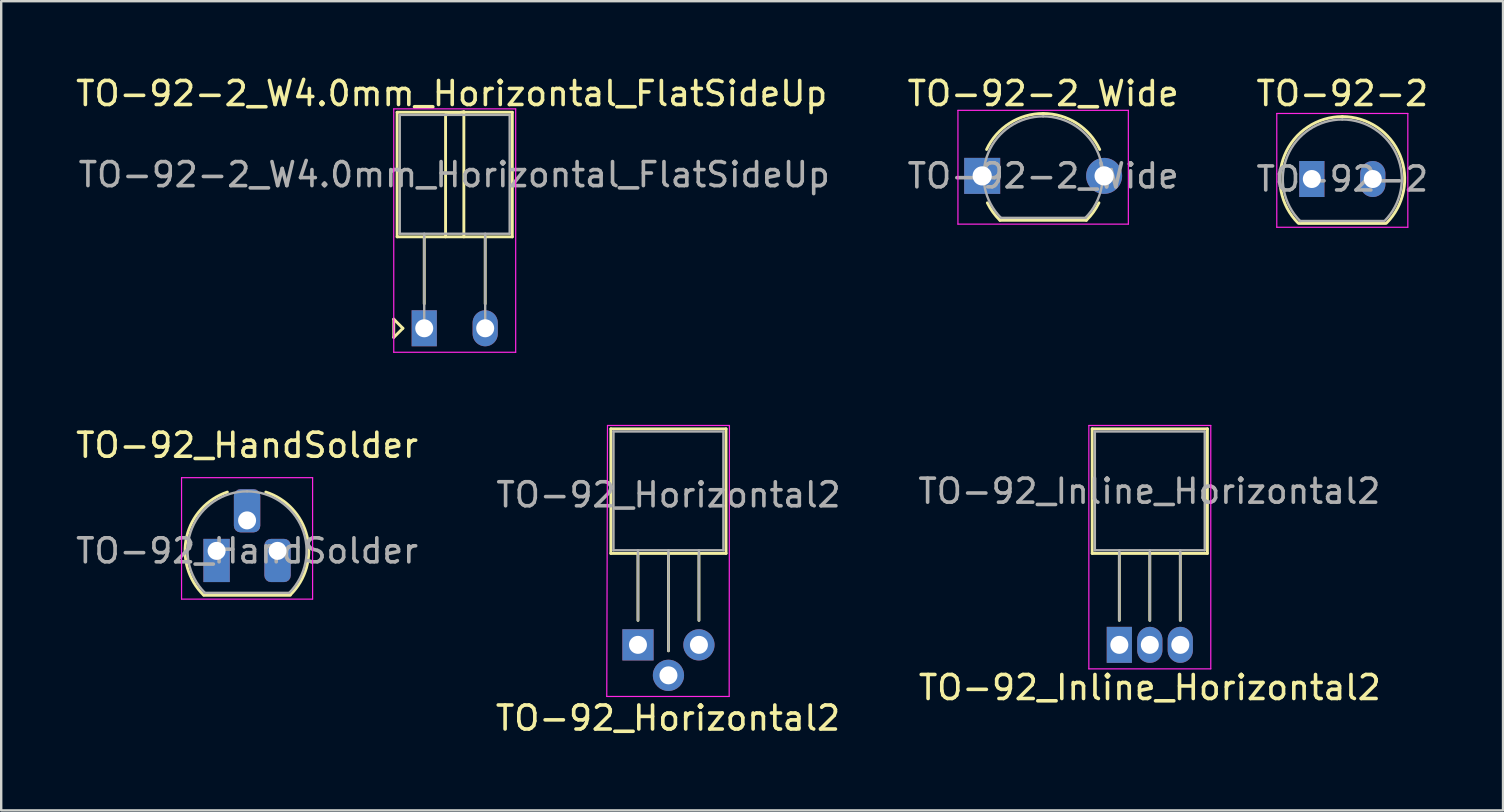
<source format=kicad_pcb>
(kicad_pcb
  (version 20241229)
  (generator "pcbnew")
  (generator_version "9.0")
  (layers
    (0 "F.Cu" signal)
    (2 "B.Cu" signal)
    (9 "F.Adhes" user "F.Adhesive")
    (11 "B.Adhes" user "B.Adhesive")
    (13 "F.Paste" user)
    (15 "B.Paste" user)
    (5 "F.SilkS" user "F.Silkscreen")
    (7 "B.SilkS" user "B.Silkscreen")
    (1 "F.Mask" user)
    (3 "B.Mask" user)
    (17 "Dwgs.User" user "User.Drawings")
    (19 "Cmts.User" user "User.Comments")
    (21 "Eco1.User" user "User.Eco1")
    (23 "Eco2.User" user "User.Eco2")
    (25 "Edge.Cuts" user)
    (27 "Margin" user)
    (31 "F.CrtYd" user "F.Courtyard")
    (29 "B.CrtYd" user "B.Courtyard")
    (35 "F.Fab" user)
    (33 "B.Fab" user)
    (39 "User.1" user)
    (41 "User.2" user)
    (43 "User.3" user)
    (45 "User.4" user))
  (footprint "TO-92_Inline_Horizontal2"
    (layer "F.Cu")
    (at 43.585 23.817)
    (property "Reference" "TO-92_Inline_Horizontal2" (at 1.27 1.78 0) (layer "F.SilkS") (effects (font (size 1 1) (thickness 0.15))))
    (attr through_hole)
    (fp_line (start -1.13 -9) (end -1.13 -3.81) (stroke (width 0.12) (type solid)) (layer "F.SilkS"))
    (fp_line (start -1.13 -3.81) (end 3.67 -3.81) (stroke (width 0.12) (type solid)) (layer "F.SilkS"))
    (fp_line (start 0 -1.02) (end 0 -3.81) (stroke (width 0.12) (type solid)) (layer "F.SilkS"))
    (fp_line (start 1.27 -1.02) (end 1.27 -3.81) (stroke (width 0.12) (type solid)) (layer "F.SilkS"))
    (fp_line (start 2.54 -1.02) (end 2.54 -3.81) (stroke (width 0.12) (type solid)) (layer "F.SilkS"))
    (fp_line (start 3.67 -9) (end -1.13 -9) (stroke (width 0.12) (type solid)) (layer "F.SilkS"))
    (fp_line (start 3.67 -3.81) (end 3.67 -9) (stroke (width 0.12) (type solid)) (layer "F.SilkS"))
    (fp_line (start -1.27 -9.14) (end -1.27 1) (stroke (width 0.05) (type solid)) (layer "F.CrtYd"))
    (fp_line (start -1.27 -9.14) (end 3.81 -9.14) (stroke (width 0.05) (type solid)) (layer "F.CrtYd"))
    (fp_line (start 3.81 1) (end -1.27 1) (stroke (width 0.05) (type solid)) (layer "F.CrtYd"))
    (fp_line (start 3.81 1) (end 3.81 -9.14) (stroke (width 0.05) (type solid)) (layer "F.CrtYd"))
    (fp_line (start -1.02 -8.89) (end -1.02 -3.94) (stroke (width 0.1) (type solid)) (layer "F.Fab"))
    (fp_line (start -1.02 -3.94) (end 3.56 -3.94) (stroke (width 0.1) (type solid)) (layer "F.Fab"))
    (fp_line (start 0 -3.94) (end 0 -1.02) (stroke (width 0.1) (type solid)) (layer "F.Fab"))
    (fp_line (start 1.27 -3.94) (end 1.27 -1.02) (stroke (width 0.1) (type solid)) (layer "F.Fab"))
    (fp_line (start 2.54 -3.94) (end 2.54 -1.02) (stroke (width 0.1) (type solid)) (layer "F.Fab"))
    (fp_line (start 3.56 -8.89) (end -1.02 -8.89) (stroke (width 0.1) (type solid)) (layer "F.Fab"))
    (fp_line (start 3.56 -3.94) (end 3.56 -8.89) (stroke (width 0.1) (type solid)) (layer "F.Fab"))
    (fp_text user "${REFERENCE}" (at 1.25 -6.4 0) (layer "F.Fab") (effects (font (size 1 1) (thickness 0.15))))
    (pad "1" thru_hole rect (at 0 0) (size 1.05 1.5) (drill 0.75) (layers "*.Cu" "*.Mask"))
    (pad "2" thru_hole oval (at 1.27 0) (size 1.05 1.5) (drill 0.75) (layers "*.Cu" "*.Mask"))
    (pad "3" thru_hole oval (at 2.54 0) (size 1.05 1.5) (drill 0.75) (layers "*.Cu" "*.Mask")))
  (footprint "TO-92_HandSolder"
    (layer "F.Cu")
    (at 5.974 19.901)
    (property "Reference" "TO-92_HandSolder" (at 1.27 -4.4 0) (layer "F.SilkS") (effects (font (size 1 1) (thickness 0.15))))
    (attr through_hole)
    (fp_line (start -0.53 1.85) (end 3.07 1.85) (stroke (width 0.12) (type solid)) (layer "F.SilkS"))
    (fp_arc (start -0.541875 1.841741) (mid -1.247231 -0.581764) (end 0.45 -2.45) (stroke (width 0.12) (type solid)) (layer "F.SilkS"))
    (fp_arc (start 2.05 -2.45) (mid 3.769931 -0.601036) (end 3.078445 1.827684) (stroke (width 0.12) (type solid)) (layer "F.SilkS"))
    (fp_line (start -1.46 -3.05) (end -1.46 2.01) (stroke (width 0.05) (type solid)) (layer "F.CrtYd"))
    (fp_line (start -1.46 -3.05) (end 4 -3.05) (stroke (width 0.05) (type solid)) (layer "F.CrtYd"))
    (fp_line (start 4 2.01) (end -1.46 2.01) (stroke (width 0.05) (type solid)) (layer "F.CrtYd"))
    (fp_line (start 4 2.01) (end 4 -3.05) (stroke (width 0.05) (type solid)) (layer "F.CrtYd"))
    (fp_line (start -0.5 1.75) (end 3 1.75) (stroke (width 0.1) (type solid)) (layer "F.Fab"))
    (fp_arc (start -0.483625 1.753625) (mid -1.021221 -0.949055) (end 1.27 -2.48) (stroke (width 0.1) (type solid)) (layer "F.Fab"))
    (fp_arc (start 1.27 -2.48) (mid 3.561221 -0.949055) (end 3.023625 1.753625) (stroke (width 0.1) (type solid)) (layer "F.Fab"))
    (fp_text user "${REFERENCE}" (at 1.27 0 0) (layer "F.Fab") (effects (font (size 1 1) (thickness 0.15))))
    (pad "1" thru_hole rect (at 0 0) (size 1.1 1.8) (drill 0.75 (offset 0 0.4)) (layers "*.Cu" "*.Mask"))
    (pad "2" thru_hole roundrect (at 1.27 -1.27) (size 1.1 1.8) (drill 0.75 (offset 0 -0.4)) (layers "*.Cu" "*.Mask") (roundrect_rratio 0.25))
    (pad "3" thru_hole roundrect (at 2.54 0) (size 1.1 1.8) (drill 0.75 (offset 0 0.4)) (layers "*.Cu" "*.Mask") (roundrect_rratio 0.25)))
  (footprint "TO-92_Horizontal2"
    (layer "F.Cu")
    (at 23.53 23.817)
    (property "Reference" "TO-92_Horizontal2" (at 1.25 3.05 0) (layer "F.SilkS") (effects (font (size 1 1) (thickness 0.15))))
    (attr through_hole)
    (fp_line (start -1.13 -9) (end -1.13 -3.81) (stroke (width 0.12) (type solid)) (layer "F.SilkS"))
    (fp_line (start -1.13 -3.81) (end 3.67 -3.81) (stroke (width 0.12) (type solid)) (layer "F.SilkS"))
    (fp_line (start 0 -1.02) (end 0 -3.81) (stroke (width 0.12) (type solid)) (layer "F.SilkS"))
    (fp_line (start 1.27 0.25) (end 1.27 -3.81) (stroke (width 0.12) (type solid)) (layer "F.SilkS"))
    (fp_line (start 2.54 -1.02) (end 2.54 -3.81) (stroke (width 0.12) (type solid)) (layer "F.SilkS"))
    (fp_line (start 3.67 -9) (end -1.13 -9) (stroke (width 0.12) (type solid)) (layer "F.SilkS"))
    (fp_line (start 3.67 -3.81) (end 3.67 -9) (stroke (width 0.12) (type solid)) (layer "F.SilkS"))
    (fp_line (start -1.27 -9.14) (end -1.3 2.15) (stroke (width 0.05) (type solid)) (layer "F.CrtYd"))
    (fp_line (start -1.27 -9.14) (end 3.81 -9.14) (stroke (width 0.05) (type solid)) (layer "F.CrtYd"))
    (fp_line (start 3.8 2.15) (end -1.3 2.15) (stroke (width 0.05) (type solid)) (layer "F.CrtYd"))
    (fp_line (start 3.8 2.15) (end 3.81 -9.14) (stroke (width 0.05) (type solid)) (layer "F.CrtYd"))
    (fp_line (start -1.02 -8.89) (end -1.02 -3.94) (stroke (width 0.1) (type solid)) (layer "F.Fab"))
    (fp_line (start -1.02 -3.94) (end 3.56 -3.94) (stroke (width 0.1) (type solid)) (layer "F.Fab"))
    (fp_line (start 0 -3.94) (end 0 -1.02) (stroke (width 0.1) (type solid)) (layer "F.Fab"))
    (fp_line (start 1.27 -3.94) (end 1.27 0.25) (stroke (width 0.1) (type solid)) (layer "F.Fab"))
    (fp_line (start 2.54 -3.94) (end 2.54 -1.02) (stroke (width 0.1) (type solid)) (layer "F.Fab"))
    (fp_line (start 3.56 -8.89) (end -1.02 -8.89) (stroke (width 0.1) (type solid)) (layer "F.Fab"))
    (fp_line (start 3.56 -3.94) (end 3.56 -8.89) (stroke (width 0.1) (type solid)) (layer "F.Fab"))
    (fp_text user "${REFERENCE}" (at 1.27 -6.25 0) (layer "F.Fab") (effects (font (size 1 1) (thickness 0.15))))
    (pad "1" thru_hole rect (at 0 0 270) (size 1.3 1.3) (drill 0.75) (layers "*.Cu" "*.Mask"))
    (pad "2" thru_hole circle (at 1.27 1.27 270) (size 1.3 1.3) (drill 0.75) (layers "*.Cu" "*.Mask"))
    (pad "3" thru_hole circle (at 2.54 0 270) (size 1.3 1.3) (drill 0.75) (layers "*.Cu" "*.Mask")))
  (footprint "TO-92-2_Wide"
    (layer "F.Cu")
    (at 37.871 4.278)
    (property "Reference" "TO-92-2_Wide" (at 2.54 -3.43 0) (layer "F.SilkS") (effects (font (size 1 1) (thickness 0.15))))
    (attr through_hole)
    (fp_line (start 0.74 1.85) (end 4.34 1.85) (stroke (width 0.12) (type solid)) (layer "F.SilkS"))
    (fp_arc (start 0.1836 -1.098807) (mid 1.143021 -2.192817) (end 2.54 -2.6) (stroke (width 0.12) (type solid)) (layer "F.SilkS"))
    (fp_arc (start 0.74 1.85) (mid 0.446097 1.509328) (end 0.215816 1.122795) (stroke (width 0.12) (type solid)) (layer "F.SilkS"))
    (fp_arc (start 2.54 -2.6) (mid 3.936979 -2.192818) (end 4.8964 -1.098807) (stroke (width 0.12) (type solid)) (layer "F.SilkS"))
    (fp_arc (start 4.864184 1.122795) (mid 4.633903 1.509328) (end 4.34 1.85) (stroke (width 0.12) (type solid)) (layer "F.SilkS"))
    (fp_line (start -1.01 -2.73) (end -1.01 2.01) (stroke (width 0.05) (type solid)) (layer "F.CrtYd"))
    (fp_line (start -1.01 -2.73) (end 6.09 -2.73) (stroke (width 0.05) (type solid)) (layer "F.CrtYd"))
    (fp_line (start 6.09 2.01) (end -1.01 2.01) (stroke (width 0.05) (type solid)) (layer "F.CrtYd"))
    (fp_line (start 6.09 2.01) (end 6.09 -2.73) (stroke (width 0.05) (type solid)) (layer "F.CrtYd"))
    (fp_line (start 0.8 1.75) (end 4.3 1.75) (stroke (width 0.1) (type solid)) (layer "F.Fab"))
    (fp_arc (start 0.786375 1.753625) (mid 0.248779 -0.949055) (end 2.54 -2.48) (stroke (width 0.1) (type solid)) (layer "F.Fab"))
    (fp_arc (start 2.54 -2.48) (mid 4.831221 -0.949055) (end 4.293625 1.753625) (stroke (width 0.1) (type solid)) (layer "F.Fab"))
    (fp_text user "${REFERENCE}" (at 2.54 0 0) (layer "F.Fab") (effects (font (size 1 1) (thickness 0.15))))
    (pad "1" thru_hole rect (at 0 0) (size 1.5 1.5) (drill 0.8) (layers "*.Cu" "*.Mask"))
    (pad "2" thru_hole circle (at 5.08 0) (size 1.5 1.5) (drill 0.8) (layers "*.Cu" "*.Mask")))
  (footprint "TO-92-2"
    (layer "F.Cu")
    (at 51.605 4.408)
    (property "Reference" "TO-92-2" (at 1.27 -3.56 0) (layer "F.SilkS") (effects (font (size 1 1) (thickness 0.15))))
    (attr through_hole)
    (fp_line (start -0.53 1.85) (end 3.07 1.85) (stroke (width 0.12) (type solid)) (layer "F.SilkS"))
    (fp_arc (start -0.568478 1.838478) (mid -1.132087 -0.994977) (end 1.27 -2.6) (stroke (width 0.12) (type solid)) (layer "F.SilkS"))
    (fp_arc (start 1.27 -2.6) (mid 3.672087 -0.994977) (end 3.108478 1.838478) (stroke (width 0.12) (type solid)) (layer "F.SilkS"))
    (fp_line (start -1.46 -2.73) (end -1.46 2.01) (stroke (width 0.05) (type solid)) (layer "F.CrtYd"))
    (fp_line (start -1.46 -2.73) (end 4 -2.73) (stroke (width 0.05) (type solid)) (layer "F.CrtYd"))
    (fp_line (start 4 2.01) (end -1.46 2.01) (stroke (width 0.05) (type solid)) (layer "F.CrtYd"))
    (fp_line (start 4 2.01) (end 4 -2.73) (stroke (width 0.05) (type solid)) (layer "F.CrtYd"))
    (fp_line (start -0.5 1.75) (end 3 1.75) (stroke (width 0.1) (type solid)) (layer "F.Fab"))
    (fp_arc (start -0.483625 1.753625) (mid -1.021221 -0.949055) (end 1.27 -2.48) (stroke (width 0.1) (type solid)) (layer "F.Fab"))
    (fp_arc (start 1.27 -2.48) (mid 3.561221 -0.949055) (end 3.023625 1.753625) (stroke (width 0.1) (type solid)) (layer "F.Fab"))
    (fp_text user "${REFERENCE}" (at 1.27 0 0) (layer "F.Fab") (effects (font (size 1 1) (thickness 0.15))))
    (pad "1" thru_hole rect (at 0 0) (size 1.05 1.5) (drill 0.75) (layers "*.Cu" "*.Mask"))
    (pad "2" thru_hole oval (at 2.54 0) (size 1.05 1.5) (drill 0.75) (layers "*.Cu" "*.Mask")))
  (footprint "TO-92-2_W4.0mm_Horizontal_FlatSideUp"
    (layer "F.Cu")
    (at 14.625 10.627)
    (property "Reference" "TO-92-2_W4.0mm_Horizontal_FlatSideUp" (at 1.143 -9.779 0) (layer "F.SilkS") (effects (font (size 1 1) (thickness 0.15))))
    (attr through_hole)
    (fp_line (start -1.27 -0.381) (end -1.27 0.381) (stroke (width 0.12) (type solid)) (layer "F.SilkS"))
    (fp_line (start -1.27 0.381) (end -0.889 0) (stroke (width 0.12) (type solid)) (layer "F.SilkS"))
    (fp_line (start -1.13 -9) (end -1.13 -3.81) (stroke (width 0.12) (type solid)) (layer "F.SilkS"))
    (fp_line (start -1.13 -3.81) (end 3.67 -3.81) (stroke (width 0.12) (type solid)) (layer "F.SilkS"))
    (fp_line (start -0.889 0) (end -1.27 -0.381) (stroke (width 0.12) (type solid)) (layer "F.SilkS"))
    (fp_line (start 0 -1.02) (end 0 -3.81) (stroke (width 0.12) (type solid)) (layer "F.SilkS"))
    (fp_line (start 0.889 -8.89) (end 1.651 -9.017) (stroke (width 0.12) (type solid)) (layer "F.SilkS"))
    (fp_line (start 0.889 -3.81) (end 0.889 -8.89) (stroke (width 0.12) (type solid)) (layer "F.SilkS"))
    (fp_line (start 1.651 -9.017) (end 1.651 -3.81) (stroke (width 0.12) (type solid)) (layer "F.SilkS"))
    (fp_line (start 2.54 -1.02) (end 2.54 -3.81) (stroke (width 0.12) (type solid)) (layer "F.SilkS"))
    (fp_line (start 3.67 -9) (end -1.13 -9) (stroke (width 0.12) (type solid)) (layer "F.SilkS"))
    (fp_line (start 3.67 -3.81) (end 3.67 -9) (stroke (width 0.12) (type solid)) (layer "F.SilkS"))
    (fp_line (start -1.27 -9.14) (end -1.27 1) (stroke (width 0.05) (type solid)) (layer "F.CrtYd"))
    (fp_line (start -1.27 -9.14) (end 3.81 -9.14) (stroke (width 0.05) (type solid)) (layer "F.CrtYd"))
    (fp_line (start 3.81 1) (end -1.27 1) (stroke (width 0.05) (type solid)) (layer "F.CrtYd"))
    (fp_line (start 3.81 1) (end 3.81 -9.14) (stroke (width 0.05) (type solid)) (layer "F.CrtYd"))
    (fp_line (start -1.02 -8.89) (end -1.02 -3.94) (stroke (width 0.1) (type solid)) (layer "F.Fab"))
    (fp_line (start -1.02 -3.94) (end 3.56 -3.94) (stroke (width 0.1) (type solid)) (layer "F.Fab"))
    (fp_line (start 0 -3.94) (end 0 0) (stroke (width 0.1) (type solid)) (layer "F.Fab"))
    (fp_line (start 2.54 -3.94) (end 2.54 0) (stroke (width 0.1) (type solid)) (layer "F.Fab"))
    (fp_line (start 3.56 -8.89) (end -1.02 -8.89) (stroke (width 0.1) (type solid)) (layer "F.Fab"))
    (fp_line (start 3.56 -3.94) (end 3.56 -8.89) (stroke (width 0.1) (type solid)) (layer "F.Fab"))
    (fp_text user "${REFERENCE}" (at 1.25 -6.4 0) (layer "F.Fab") (effects (font (size 1 1) (thickness 0.15))))
    (pad "1" thru_hole rect (at 0 0) (size 1.05 1.5) (drill 0.75) (layers "*.Cu" "*.Mask"))
    (pad "2" thru_hole oval (at 2.54 0) (size 1.05 1.5) (drill 0.75) (layers "*.Cu" "*.Mask")))
  (gr_rect
    (start -3 -3)
    (end 59.571 30.715)
    (stroke (width 0.1) (type default))
    (fill no)
    (layer "Edge.Cuts")))
</source>
